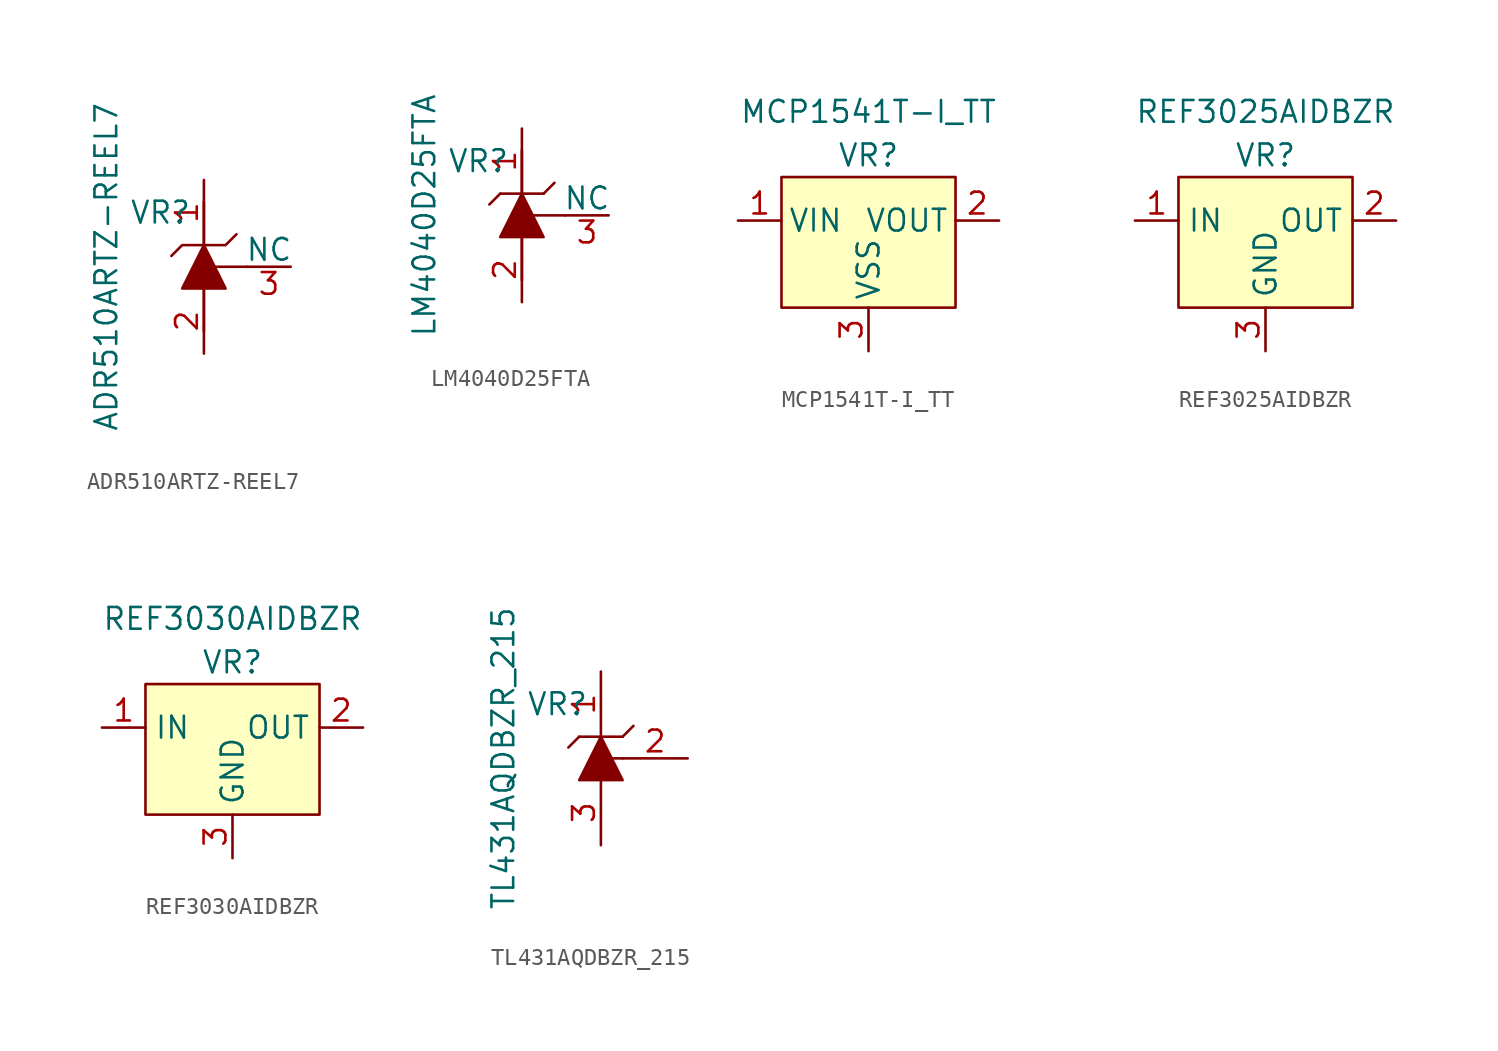
<source format=kicad_sym>
(kicad_symbol_lib
  (version 20231120)
  (generator "kicad_symbol_editor")
  (generator_version "8.0")
  (symbol "ADR510ARTZ-REEL7"
    (pin_names
      (offset 0))
    (property "Reference" "VR"
      (at -2.54 3.175 0)
      (effects (font (size 1.27 1.27))))
    (property "Value" "ADR510ARTZ-REEL7"
      (at -5.715 0 90)
      (effects (font (size 1.27 1.27))))
    (symbol "ADR510ARTZ-REEL7_0_1"
      (polyline (pts (xy 0 -1.27) (xy 0 -3.81)) (stroke (width 0) (type solid)) (fill (type none)))
      (polyline (pts (xy 0 1.27) (xy 0 3.81)) (stroke (width 0) (type solid)) (fill (type none)))
      (polyline (pts (xy 2.54 0) (xy 0.635 0)) (stroke (width 0) (type solid)) (fill (type none)))
      (polyline (pts (xy 0 1.27) (xy 1.27 -1.27) (xy -1.27 -1.27) (xy 0 1.27)) (stroke (width 0) (type solid)) (fill (type outline)))
      (polyline (pts (xy 1.905 1.905) (xy 1.27 1.27) (xy -1.27 1.27) (xy -1.905 0.635)) (stroke (width 0) (type solid)) (fill (type none))))
    (symbol "ADR510ARTZ-REEL7_1_1"
      (pin passive line (at 0 5.08 270) (length 3.81) (name "~" (effects (font (size 1.27 1.27)))) (number "1" (effects (font (size 1.27 1.27)))))
      (pin passive line (at 0 -5.08 90) (length 3.81) (name "~" (effects (font (size 1.27 1.27)))) (number "2" (effects (font (size 1.27 1.27)))))
      (pin unspecified line (at 5.08 0 180) (length 2.54) (name "NC" (effects (font (size 1.27 1.27)))) (number "3" (effects (font (size 1.27 1.27)))))))
  (symbol "LM4040D25FTA"
    (pin_names
      (offset 0))
    (property "Reference" "VR"
      (at -2.54 3.175 0)
      (effects (font (size 1.27 1.27))))
    (property "Value" "LM4040D25FTA"
      (at -5.715 0 90)
      (effects (font (size 1.27 1.27))))
    (symbol "LM4040D25FTA_0_1"
      (polyline (pts (xy -1.27 1.27) (xy -1.905 0.635)) (stroke (width 0) (type solid)) (fill (type none)))
      (polyline (pts (xy -1.27 1.27) (xy 1.27 1.27)) (stroke (width 0) (type solid)) (fill (type none)))
      (polyline (pts (xy 0 -3.81) (xy 0 -1.27)) (stroke (width 0) (type solid)) (fill (type outline)))
      (polyline (pts (xy 0 1.27) (xy 0 3.81)) (stroke (width 0) (type solid)) (fill (type none)))
      (polyline (pts (xy 1.27 1.27) (xy 1.905 1.905)) (stroke (width 0) (type solid)) (fill (type none)))
      (polyline (pts (xy 2.54 0) (xy 0.635 0)) (stroke (width 0) (type solid)) (fill (type none)))
      (polyline (pts (xy -1.27 -1.27) (xy 1.27 -1.27) (xy 0 1.27) (xy -1.27 -1.27)) (stroke (width 0) (type solid)) (fill (type outline))))
    (symbol "LM4040D25FTA_1_1"
      (pin passive line (at 0 5.08 270) (length 3.81) (name "~" (effects (font (size 1.27 1.27)))) (number "1" (effects (font (size 1.27 1.27)))))
      (pin passive line (at 0 -5.08 90) (length 3.81) (name "~" (effects (font (size 1.27 1.27)))) (number "2" (effects (font (size 1.27 1.27)))))
      (pin unspecified line (at 5.08 0 180) (length 2.54) (name "NC" (effects (font (size 1.27 1.27)))) (number "3" (effects (font (size 1.27 1.27)))))))
  (symbol "MCP1541T-I_TT"
    (pin_names
      (offset 0.381))
    (property "Reference" "VR"
      (at 0 3.81 0)
      (effects (font (size 1.27 1.27))))
    (property "Value" "MCP1541T-I_TT"
      (at 0 6.35 0)
      (effects (font (size 1.27 1.27))))
    (symbol "MCP1541T-I_TT_0_1"
      (rectangle (start -5.08 2.54) (end 5.08 -5.08) (stroke (width 0) (type solid)) (fill (type background))))
    (symbol "MCP1541T-I_TT_1_1"
      (pin power_in line (at -7.62 0 0) (length 2.54) (name "VIN" (effects (font (size 1.27 1.27)))) (number "1" (effects (font (size 1.27 1.27)))))
      (pin output line (at 7.62 0 180) (length 2.54) (name "VOUT" (effects (font (size 1.27 1.27)))) (number "2" (effects (font (size 1.27 1.27)))))
      (pin power_in line (at 0 -7.62 90) (length 2.54) (name "VSS" (effects (font (size 1.27 1.27)))) (number "3" (effects (font (size 1.27 1.27)))))))
  (symbol "REF3025AIDBZR"
    (property "Reference" "VR"
      (at 0 3.81 0)
      (effects (font (size 1.27 1.27))))
    (property "Value" "REF3025AIDBZR"
      (at 0 6.35 0)
      (effects (font (size 1.27 1.27))))
    (symbol "REF3025AIDBZR_1_1"
      (rectangle (start 5.08 2.54) (end -5.08 -5.08) (stroke (width 0) (type solid)) (fill (type background)))
      (pin power_in line (at -7.62 0 0) (length 2.54) (name "IN" (effects (font (size 1.27 1.27)))) (number "1" (effects (font (size 1.27 1.27)))))
      (pin output line (at 7.62 0 180) (length 2.54) (name "OUT" (effects (font (size 1.27 1.27)))) (number "2" (effects (font (size 1.27 1.27)))))
      (pin power_in line (at 0 -7.62 90) (length 2.54) (name "GND" (effects (font (size 1.27 1.27)))) (number "3" (effects (font (size 1.27 1.27)))))))
  (symbol "REF3030AIDBZR"
    (property "Reference" "VR"
      (at 0 3.81 0)
      (effects (font (size 1.27 1.27))))
    (property "Value" "REF3030AIDBZR"
      (at 0 6.35 0)
      (effects (font (size 1.27 1.27))))
    (symbol "REF3030AIDBZR_1_1"
      (rectangle (start -5.08 2.54) (end 5.08 -5.08) (stroke (width 0) (type solid)) (fill (type background)))
      (pin power_in line (at -7.62 0 0) (length 2.54) (name "IN" (effects (font (size 1.27 1.27)))) (number "1" (effects (font (size 1.27 1.27)))))
      (pin output line (at 7.62 0 180) (length 2.54) (name "OUT" (effects (font (size 1.27 1.27)))) (number "2" (effects (font (size 1.27 1.27)))))
      (pin power_in line (at 0 -7.62 90) (length 2.54) (name "GND" (effects (font (size 1.27 1.27)))) (number "3" (effects (font (size 1.27 1.27)))))))
  (symbol "TL431AQDBZR_215"
    (pin_names
      (offset 0) hide)
    (property "Reference" "VR"
      (at -2.54 3.175 0)
      (effects (font (size 1.27 1.27))))
    (property "Value" "TL431AQDBZR_215"
      (at -5.715 0 90)
      (effects (font (size 1.27 1.27))))
    (symbol "TL431AQDBZR_215_0_1"
      (polyline (pts (xy -1.905 0.635) (xy -1.27 1.27)) (stroke (width 0) (type solid)) (fill (type none)))
      (polyline (pts (xy -1.27 1.27) (xy 1.27 1.27)) (stroke (width 0) (type solid)) (fill (type none)))
      (polyline (pts (xy 0.635 0) (xy 1.27 0)) (stroke (width 0) (type solid)) (fill (type none)))
      (polyline (pts (xy 1.27 1.27) (xy 1.905 1.905)) (stroke (width 0) (type solid)) (fill (type none)))
      (polyline (pts (xy -1.27 -1.27) (xy 1.27 -1.27) (xy 0 1.27) (xy -1.27 -1.27)) (stroke (width 0) (type solid)) (fill (type outline))))
    (symbol "TL431AQDBZR_215_1_1"
      (pin passive line (at 0 5.08 270) (length 3.81) (name "K" (effects (font (size 1.27 1.27)))) (number "1" (effects (font (size 1.27 1.27)))))
      (pin passive line (at 5.08 0 180) (length 3.81) (name "REF" (effects (font (size 1.27 1.27)))) (number "2" (effects (font (size 1.27 1.27)))))
      (pin passive line (at 0 -5.08 90) (length 3.81) (name "A" (effects (font (size 1.27 1.27)))) (number "3" (effects (font (size 1.27 1.27))))))))
</source>
